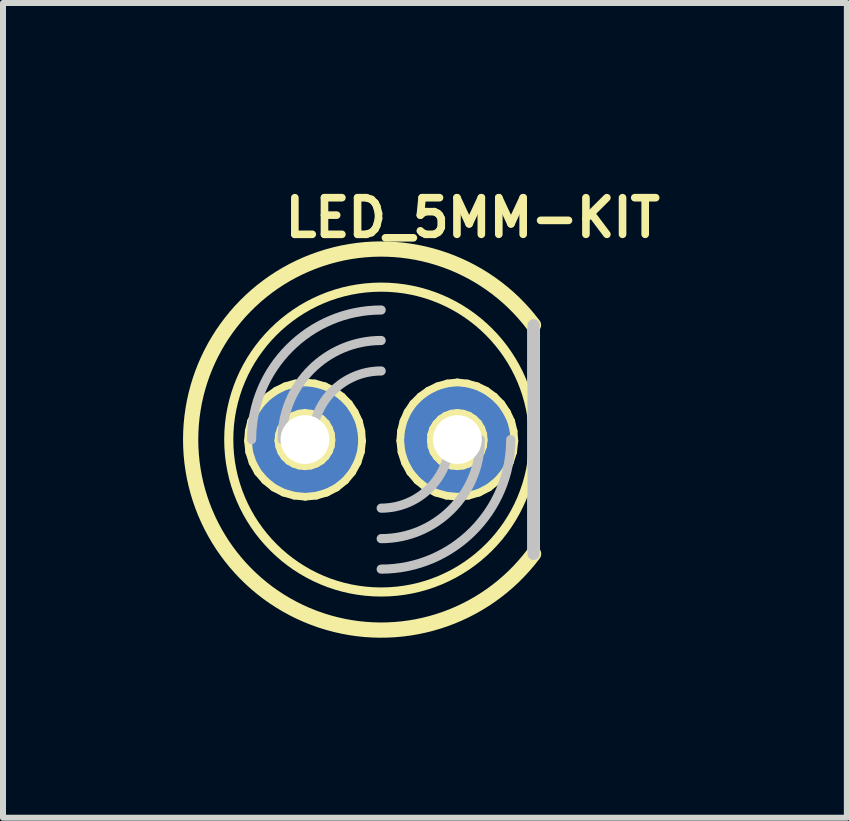
<source format=kicad_pcb>
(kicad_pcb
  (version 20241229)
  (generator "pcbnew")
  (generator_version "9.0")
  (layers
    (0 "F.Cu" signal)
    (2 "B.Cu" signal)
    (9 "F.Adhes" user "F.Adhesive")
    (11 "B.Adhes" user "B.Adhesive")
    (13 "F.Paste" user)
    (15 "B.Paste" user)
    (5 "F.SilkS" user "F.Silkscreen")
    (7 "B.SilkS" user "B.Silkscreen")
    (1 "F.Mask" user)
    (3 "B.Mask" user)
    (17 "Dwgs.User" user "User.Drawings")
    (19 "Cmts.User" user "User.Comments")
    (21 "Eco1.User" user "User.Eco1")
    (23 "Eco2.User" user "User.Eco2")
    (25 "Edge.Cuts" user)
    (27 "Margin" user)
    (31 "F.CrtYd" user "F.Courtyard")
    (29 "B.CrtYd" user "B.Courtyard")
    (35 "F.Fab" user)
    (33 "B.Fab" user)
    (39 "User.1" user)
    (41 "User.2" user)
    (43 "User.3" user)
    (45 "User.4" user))
  (footprint "LED_5MM-KIT"
    (layer "F.Cu")
    (at 3.302 4.275)
    (property "Reference" "LED_5MM-KIT" (at 1.524 -3.696 0) (layer "F.SilkS") (effects (font (size 0.61 0.61) (thickness 0.127))))
    (attr exclude_from_pos_files exclude_from_bom)
    (fp_line (start -2.22 0.02) (end -2.207 -0.142) (stroke (width 0.127) (type solid)) (layer "F.SilkS"))
    (fp_line (start -2.207 -0.142) (end -2.167 -0.307) (stroke (width 0.127) (type solid)) (layer "F.SilkS"))
    (fp_line (start -2.2 0.206) (end -2.22 0.02) (stroke (width 0.127) (type solid)) (layer "F.SilkS"))
    (fp_line (start -2.167 -0.307) (end -2.098 -0.46) (stroke (width 0.127) (type solid)) (layer "F.SilkS"))
    (fp_line (start -2.144 0.381) (end -2.2 0.206) (stroke (width 0.127) (type solid)) (layer "F.SilkS"))
    (fp_line (start -2.098 -0.46) (end -2.004 -0.599) (stroke (width 0.127) (type solid)) (layer "F.SilkS"))
    (fp_line (start -2.055 0.544) (end -2.144 0.381) (stroke (width 0.127) (type solid)) (layer "F.SilkS"))
    (fp_line (start -2.004 -0.599) (end -1.885 -0.719) (stroke (width 0.127) (type solid)) (layer "F.SilkS"))
    (fp_line (start -1.935 0.683) (end -2.055 0.544) (stroke (width 0.127) (type solid)) (layer "F.SilkS"))
    (fp_line (start -1.885 -0.719) (end -1.75 -0.815) (stroke (width 0.127) (type solid)) (layer "F.SilkS"))
    (fp_line (start -1.791 0.8) (end -1.935 0.683) (stroke (width 0.127) (type solid)) (layer "F.SilkS"))
    (fp_line (start -1.75 -0.815) (end -1.598 -0.889) (stroke (width 0.127) (type solid)) (layer "F.SilkS"))
    (fp_line (start -1.714 0.018) (end -1.704 -0.081) (stroke (width 0.127) (type solid)) (layer "F.SilkS"))
    (fp_line (start -1.704 -0.081) (end -1.674 -0.178) (stroke (width 0.127) (type solid)) (layer "F.SilkS"))
    (fp_line (start -1.699 0.114) (end -1.714 0.018) (stroke (width 0.127) (type solid)) (layer "F.SilkS"))
    (fp_line (start -1.674 -0.178) (end -1.621 -0.264) (stroke (width 0.127) (type solid)) (layer "F.SilkS"))
    (fp_line (start -1.666 0.206) (end -1.699 0.114) (stroke (width 0.127) (type solid)) (layer "F.SilkS"))
    (fp_line (start -1.628 0.884) (end -1.791 0.8) (stroke (width 0.127) (type solid)) (layer "F.SilkS"))
    (fp_line (start -1.621 -0.264) (end -1.549 -0.34) (stroke (width 0.127) (type solid)) (layer "F.SilkS"))
    (fp_line (start -1.613 0.287) (end -1.666 0.206) (stroke (width 0.127) (type solid)) (layer "F.SilkS"))
    (fp_line (start -1.598 -0.889) (end -1.435 -0.935) (stroke (width 0.127) (type solid)) (layer "F.SilkS"))
    (fp_line (start -1.549 -0.34) (end -1.466 -0.396) (stroke (width 0.127) (type solid)) (layer "F.SilkS"))
    (fp_line (start -1.542 0.356) (end -1.613 0.287) (stroke (width 0.127) (type solid)) (layer "F.SilkS"))
    (fp_line (start -1.466 -0.396) (end -1.369 -0.432) (stroke (width 0.127) (type solid)) (layer "F.SilkS"))
    (fp_line (start -1.458 0.404) (end -1.542 0.356) (stroke (width 0.127) (type solid)) (layer "F.SilkS"))
    (fp_line (start -1.45 0.935) (end -1.628 0.884) (stroke (width 0.127) (type solid)) (layer "F.SilkS"))
    (fp_line (start -1.435 -0.935) (end -1.27 -0.953) (stroke (width 0.127) (type solid)) (layer "F.SilkS"))
    (fp_line (start -1.369 -0.432) (end -1.27 -0.445) (stroke (width 0.127) (type solid)) (layer "F.SilkS"))
    (fp_line (start -1.367 0.434) (end -1.458 0.404) (stroke (width 0.127) (type solid)) (layer "F.SilkS"))
    (fp_line (start -1.27 -0.953) (end -1.102 -0.935) (stroke (width 0.127) (type solid)) (layer "F.SilkS"))
    (fp_line (start -1.27 -0.445) (end -1.168 -0.432) (stroke (width 0.127) (type solid)) (layer "F.SilkS"))
    (fp_line (start -1.27 0.445) (end -1.367 0.434) (stroke (width 0.127) (type solid)) (layer "F.SilkS"))
    (fp_line (start -1.267 0.953) (end -1.45 0.935) (stroke (width 0.127) (type solid)) (layer "F.SilkS"))
    (fp_line (start -1.171 0.434) (end -1.27 0.445) (stroke (width 0.127) (type solid)) (layer "F.SilkS"))
    (fp_line (start -1.168 -0.432) (end -1.074 -0.399) (stroke (width 0.127) (type solid)) (layer "F.SilkS"))
    (fp_line (start -1.102 -0.935) (end -0.94 -0.889) (stroke (width 0.127) (type solid)) (layer "F.SilkS"))
    (fp_line (start -1.082 0.935) (end -1.267 0.953) (stroke (width 0.127) (type solid)) (layer "F.SilkS"))
    (fp_line (start -1.079 0.401) (end -1.171 0.434) (stroke (width 0.127) (type solid)) (layer "F.SilkS"))
    (fp_line (start -1.074 -0.399) (end -0.991 -0.343) (stroke (width 0.127) (type solid)) (layer "F.SilkS"))
    (fp_line (start -0.996 0.351) (end -1.079 0.401) (stroke (width 0.127) (type solid)) (layer "F.SilkS"))
    (fp_line (start -0.991 -0.343) (end -0.919 -0.272) (stroke (width 0.127) (type solid)) (layer "F.SilkS"))
    (fp_line (start -0.94 -0.889) (end -0.787 -0.815) (stroke (width 0.127) (type solid)) (layer "F.SilkS"))
    (fp_line (start -0.925 0.282) (end -0.996 0.351) (stroke (width 0.127) (type solid)) (layer "F.SilkS"))
    (fp_line (start -0.919 -0.272) (end -0.869 -0.185) (stroke (width 0.127) (type solid)) (layer "F.SilkS"))
    (fp_line (start -0.907 0.884) (end -1.082 0.935) (stroke (width 0.127) (type solid)) (layer "F.SilkS"))
    (fp_line (start -0.871 0.198) (end -0.925 0.282) (stroke (width 0.127) (type solid)) (layer "F.SilkS"))
    (fp_line (start -0.869 -0.185) (end -0.836 -0.089) (stroke (width 0.127) (type solid)) (layer "F.SilkS"))
    (fp_line (start -0.838 0.107) (end -0.871 0.198) (stroke (width 0.127) (type solid)) (layer "F.SilkS"))
    (fp_line (start -0.836 -0.089) (end -0.828 0.008) (stroke (width 0.127) (type solid)) (layer "F.SilkS"))
    (fp_line (start -0.828 0.008) (end -0.838 0.107) (stroke (width 0.127) (type solid)) (layer "F.SilkS"))
    (fp_line (start -0.787 -0.815) (end -0.653 -0.716) (stroke (width 0.127) (type solid)) (layer "F.SilkS"))
    (fp_line (start -0.744 0.8) (end -0.907 0.884) (stroke (width 0.127) (type solid)) (layer "F.SilkS"))
    (fp_line (start -0.653 -0.716) (end -0.536 -0.597) (stroke (width 0.127) (type solid)) (layer "F.SilkS"))
    (fp_line (start -0.599 0.683) (end -0.744 0.8) (stroke (width 0.127) (type solid)) (layer "F.SilkS"))
    (fp_line (start -0.536 -0.597) (end -0.442 -0.457) (stroke (width 0.127) (type solid)) (layer "F.SilkS"))
    (fp_line (start -0.483 0.544) (end -0.599 0.683) (stroke (width 0.127) (type solid)) (layer "F.SilkS"))
    (fp_line (start -0.442 -0.457) (end -0.371 -0.305) (stroke (width 0.127) (type solid)) (layer "F.SilkS"))
    (fp_line (start -0.394 0.381) (end -0.483 0.544) (stroke (width 0.127) (type solid)) (layer "F.SilkS"))
    (fp_line (start -0.371 -0.305) (end -0.33 -0.14) (stroke (width 0.127) (type solid)) (layer "F.SilkS"))
    (fp_line (start -0.338 0.206) (end -0.394 0.381) (stroke (width 0.127) (type solid)) (layer "F.SilkS"))
    (fp_line (start -0.33 -0.14) (end -0.318 0.025) (stroke (width 0.127) (type solid)) (layer "F.SilkS"))
    (fp_line (start -0.318 0.025) (end -0.338 0.206) (stroke (width 0.127) (type solid)) (layer "F.SilkS"))
    (fp_line (start 0.318 0.02) (end 0.33 -0.142) (stroke (width 0.127) (type solid)) (layer "F.SilkS"))
    (fp_line (start 0.33 -0.142) (end 0.371 -0.307) (stroke (width 0.127) (type solid)) (layer "F.SilkS"))
    (fp_line (start 0.338 0.206) (end 0.318 0.02) (stroke (width 0.127) (type solid)) (layer "F.SilkS"))
    (fp_line (start 0.371 -0.307) (end 0.439 -0.46) (stroke (width 0.127) (type solid)) (layer "F.SilkS"))
    (fp_line (start 0.394 0.381) (end 0.338 0.206) (stroke (width 0.127) (type solid)) (layer "F.SilkS"))
    (fp_line (start 0.439 -0.46) (end 0.533 -0.599) (stroke (width 0.127) (type solid)) (layer "F.SilkS"))
    (fp_line (start 0.483 0.544) (end 0.394 0.381) (stroke (width 0.127) (type solid)) (layer "F.SilkS"))
    (fp_line (start 0.533 -0.599) (end 0.653 -0.719) (stroke (width 0.127) (type solid)) (layer "F.SilkS"))
    (fp_line (start 0.602 0.683) (end 0.483 0.544) (stroke (width 0.127) (type solid)) (layer "F.SilkS"))
    (fp_line (start 0.653 -0.719) (end 0.787 -0.815) (stroke (width 0.127) (type solid)) (layer "F.SilkS"))
    (fp_line (start 0.747 0.8) (end 0.602 0.683) (stroke (width 0.127) (type solid)) (layer "F.SilkS"))
    (fp_line (start 0.787 -0.815) (end 0.94 -0.889) (stroke (width 0.127) (type solid)) (layer "F.SilkS"))
    (fp_line (start 0.826 0.018) (end 0.833 -0.081) (stroke (width 0.127) (type solid)) (layer "F.SilkS"))
    (fp_line (start 0.833 -0.081) (end 0.864 -0.178) (stroke (width 0.127) (type solid)) (layer "F.SilkS"))
    (fp_line (start 0.838 0.114) (end 0.826 0.018) (stroke (width 0.127) (type solid)) (layer "F.SilkS"))
    (fp_line (start 0.864 -0.178) (end 0.917 -0.264) (stroke (width 0.127) (type solid)) (layer "F.SilkS"))
    (fp_line (start 0.871 0.206) (end 0.838 0.114) (stroke (width 0.127) (type solid)) (layer "F.SilkS"))
    (fp_line (start 0.909 0.884) (end 0.747 0.8) (stroke (width 0.127) (type solid)) (layer "F.SilkS"))
    (fp_line (start 0.917 -0.264) (end 0.988 -0.34) (stroke (width 0.127) (type solid)) (layer "F.SilkS"))
    (fp_line (start 0.925 0.287) (end 0.871 0.206) (stroke (width 0.127) (type solid)) (layer "F.SilkS"))
    (fp_line (start 0.94 -0.889) (end 1.102 -0.935) (stroke (width 0.127) (type solid)) (layer "F.SilkS"))
    (fp_line (start 0.988 -0.34) (end 1.072 -0.396) (stroke (width 0.127) (type solid)) (layer "F.SilkS"))
    (fp_line (start 0.996 0.356) (end 0.925 0.287) (stroke (width 0.127) (type solid)) (layer "F.SilkS"))
    (fp_line (start 1.072 -0.396) (end 1.168 -0.432) (stroke (width 0.127) (type solid)) (layer "F.SilkS"))
    (fp_line (start 1.079 0.404) (end 0.996 0.356) (stroke (width 0.127) (type solid)) (layer "F.SilkS"))
    (fp_line (start 1.087 0.935) (end 0.909 0.884) (stroke (width 0.127) (type solid)) (layer "F.SilkS"))
    (fp_line (start 1.102 -0.935) (end 1.27 -0.953) (stroke (width 0.127) (type solid)) (layer "F.SilkS"))
    (fp_line (start 1.168 -0.432) (end 1.27 -0.445) (stroke (width 0.127) (type solid)) (layer "F.SilkS"))
    (fp_line (start 1.171 0.434) (end 1.079 0.404) (stroke (width 0.127) (type solid)) (layer "F.SilkS"))
    (fp_line (start 1.27 -0.953) (end 1.435 -0.935) (stroke (width 0.127) (type solid)) (layer "F.SilkS"))
    (fp_line (start 1.27 -0.445) (end 1.369 -0.432) (stroke (width 0.127) (type solid)) (layer "F.SilkS"))
    (fp_line (start 1.27 0.445) (end 1.171 0.434) (stroke (width 0.127) (type solid)) (layer "F.SilkS"))
    (fp_line (start 1.27 0.953) (end 1.087 0.935) (stroke (width 0.127) (type solid)) (layer "F.SilkS"))
    (fp_line (start 1.367 0.434) (end 1.27 0.445) (stroke (width 0.127) (type solid)) (layer "F.SilkS"))
    (fp_line (start 1.369 -0.432) (end 1.463 -0.399) (stroke (width 0.127) (type solid)) (layer "F.SilkS"))
    (fp_line (start 1.435 -0.935) (end 1.598 -0.889) (stroke (width 0.127) (type solid)) (layer "F.SilkS"))
    (fp_line (start 1.455 0.935) (end 1.27 0.953) (stroke (width 0.127) (type solid)) (layer "F.SilkS"))
    (fp_line (start 1.458 0.401) (end 1.367 0.434) (stroke (width 0.127) (type solid)) (layer "F.SilkS"))
    (fp_line (start 1.463 -0.399) (end 1.547 -0.343) (stroke (width 0.127) (type solid)) (layer "F.SilkS"))
    (fp_line (start 1.542 0.351) (end 1.458 0.401) (stroke (width 0.127) (type solid)) (layer "F.SilkS"))
    (fp_line (start 1.547 -0.343) (end 1.618 -0.272) (stroke (width 0.127) (type solid)) (layer "F.SilkS"))
    (fp_line (start 1.598 -0.889) (end 1.75 -0.815) (stroke (width 0.127) (type solid)) (layer "F.SilkS"))
    (fp_line (start 1.613 0.282) (end 1.542 0.351) (stroke (width 0.127) (type solid)) (layer "F.SilkS"))
    (fp_line (start 1.618 -0.272) (end 1.669 -0.185) (stroke (width 0.127) (type solid)) (layer "F.SilkS"))
    (fp_line (start 1.631 0.884) (end 1.455 0.935) (stroke (width 0.127) (type solid)) (layer "F.SilkS"))
    (fp_line (start 1.666 0.198) (end 1.613 0.282) (stroke (width 0.127) (type solid)) (layer "F.SilkS"))
    (fp_line (start 1.669 -0.185) (end 1.702 -0.089) (stroke (width 0.127) (type solid)) (layer "F.SilkS"))
    (fp_line (start 1.699 0.107) (end 1.666 0.198) (stroke (width 0.127) (type solid)) (layer "F.SilkS"))
    (fp_line (start 1.702 -0.089) (end 1.709 0.008) (stroke (width 0.127) (type solid)) (layer "F.SilkS"))
    (fp_line (start 1.709 0.008) (end 1.699 0.107) (stroke (width 0.127) (type solid)) (layer "F.SilkS"))
    (fp_line (start 1.75 -0.815) (end 1.885 -0.716) (stroke (width 0.127) (type solid)) (layer "F.SilkS"))
    (fp_line (start 1.793 0.8) (end 1.631 0.884) (stroke (width 0.127) (type solid)) (layer "F.SilkS"))
    (fp_line (start 1.885 -0.716) (end 2.002 -0.597) (stroke (width 0.127) (type solid)) (layer "F.SilkS"))
    (fp_line (start 1.938 0.683) (end 1.793 0.8) (stroke (width 0.127) (type solid)) (layer "F.SilkS"))
    (fp_line (start 2.002 -0.597) (end 2.095 -0.457) (stroke (width 0.127) (type solid)) (layer "F.SilkS"))
    (fp_line (start 2.055 0.544) (end 1.938 0.683) (stroke (width 0.127) (type solid)) (layer "F.SilkS"))
    (fp_line (start 2.095 -0.457) (end 2.167 -0.305) (stroke (width 0.127) (type solid)) (layer "F.SilkS"))
    (fp_line (start 2.144 0.381) (end 2.055 0.544) (stroke (width 0.127) (type solid)) (layer "F.SilkS"))
    (fp_line (start 2.167 -0.305) (end 2.207 -0.14) (stroke (width 0.127) (type solid)) (layer "F.SilkS"))
    (fp_line (start 2.2 0.206) (end 2.144 0.381) (stroke (width 0.127) (type solid)) (layer "F.SilkS"))
    (fp_line (start 2.207 -0.14) (end 2.22 0.025) (stroke (width 0.127) (type solid)) (layer "F.SilkS"))
    (fp_line (start 2.22 0.025) (end 2.2 0.206) (stroke (width 0.127) (type solid)) (layer "F.SilkS"))
    (fp_line (start 2.54 1.905) (end 2.54 -1.905) (stroke (width 0.203) (type solid)) (layer "F.SilkS"))
    (fp_line (start 2.54 1.905) (end 2.54 -1.905) (stroke (width 0.203) (type solid)) (layer "F.SilkS"))
    (fp_arc (start 2.54 1.905) (mid -3.175 0.001668) (end 2.537997 -1.907668) (stroke (width 0.254) (type solid)) (layer "F.SilkS"))
    (fp_circle (center 0 0) (end 0 -2.54) (stroke (width 0.152) (type solid)) (fill no) (layer "F.SilkS"))
    (fp_line (start 2.54 1.905) (end 2.54 -1.905) (stroke (width 0.203) (type solid)) (layer "Dwgs.User"))
    (fp_arc (start -2.159 0) (mid -1.526644 -1.526644) (end 0 -2.159) (stroke (width 0.1524) (type solid)) (layer "Dwgs.User"))
    (fp_arc (start -1.651 0) (mid -1.167433 -1.167433) (end 0 -1.651) (stroke (width 0.1524) (type solid)) (layer "Dwgs.User"))
    (fp_arc (start -1.143 0) (mid -0.808223 -0.808223) (end 0 -1.143) (stroke (width 0.1524) (type solid)) (layer "Dwgs.User"))
    (fp_arc (start 1.143 0) (mid 0.808223 0.808223) (end 0 1.143) (stroke (width 0.1524) (type solid)) (layer "Dwgs.User"))
    (fp_arc (start 1.651 0) (mid 1.167433 1.167433) (end 0 1.651) (stroke (width 0.1524) (type solid)) (layer "Dwgs.User"))
    (fp_arc (start 2.159 0) (mid 1.526644 1.526644) (end 0 2.159) (stroke (width 0.1524) (type solid)) (layer "Dwgs.User"))
    (pad "A" thru_hole circle (at -1.27 0) (size 1.88 1.88) (drill 0.813) (layers "*.Cu" "*.Paste" "*.Mask"))
    (pad "K" thru_hole circle (at 1.27 0) (size 1.88 1.88) (drill 0.813) (layers "*.Cu" "*.Paste" "*.Mask")))
  (gr_rect
    (start -3 -3)
    (end 11.062 10.577)
    (stroke (width 0.1) (type default))
    (fill no)
    (layer "Edge.Cuts")))
</source>
